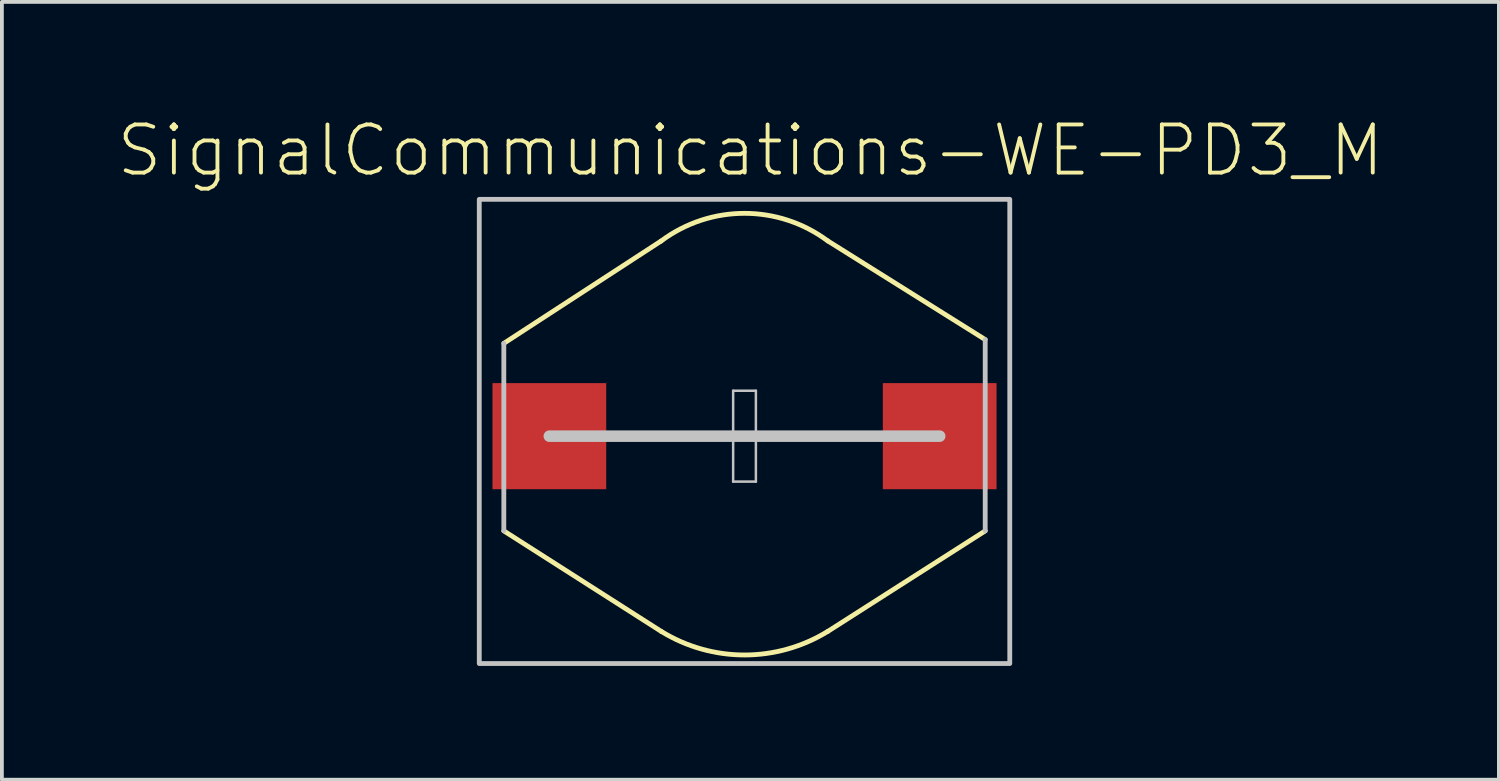
<source format=kicad_pcb>
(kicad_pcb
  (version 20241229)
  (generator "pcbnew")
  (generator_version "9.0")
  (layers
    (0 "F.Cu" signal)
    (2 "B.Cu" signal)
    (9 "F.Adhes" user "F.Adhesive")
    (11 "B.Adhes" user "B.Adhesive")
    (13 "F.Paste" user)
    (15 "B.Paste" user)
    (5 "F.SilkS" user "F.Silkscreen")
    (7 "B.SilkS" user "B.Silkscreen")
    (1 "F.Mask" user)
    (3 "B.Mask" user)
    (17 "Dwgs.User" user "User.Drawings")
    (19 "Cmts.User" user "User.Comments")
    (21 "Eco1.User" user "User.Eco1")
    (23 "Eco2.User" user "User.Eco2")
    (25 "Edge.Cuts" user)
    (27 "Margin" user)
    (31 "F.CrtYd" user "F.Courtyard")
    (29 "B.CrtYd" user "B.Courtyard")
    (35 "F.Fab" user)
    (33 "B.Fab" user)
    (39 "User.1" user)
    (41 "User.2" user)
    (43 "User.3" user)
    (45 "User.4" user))
  (footprint "SignalCommunications-WE-PD3_M"
    (layer "F.Cu")
    (at 16.592 8.457)
    (property "Reference" "SignalCommunications-WE-PD3_M" (at 0.155 -7.536 0) (layer "F.SilkS") (effects (font (size 1.27 1.27) (thickness 0.102))))
    (attr smd)
    (fp_line (start -6.35 -2.449) (end -2.2 -5.149) (stroke (width 0.127) (type solid)) (layer "F.SilkS"))
    (fp_line (start -6.35 2.499) (end -2.2 5.149) (stroke (width 0.127) (type solid)) (layer "F.SilkS"))
    (fp_line (start 6.35 -2.548) (end 2.2 -5.149) (stroke (width 0.127) (type solid)) (layer "F.SilkS"))
    (fp_line (start 6.35 2.499) (end 2.2 5.149) (stroke (width 0.127) (type solid)) (layer "F.SilkS"))
    (fp_arc (start -2.19964 -5.14858) (mid -0.001257 -5.878588) (end 2.197624 -5.150083) (stroke (width 0.127) (type solid)) (layer "F.SilkS"))
    (fp_arc (start 2.19964 5.14858) (mid 0.002552 5.772775) (end -2.195296 5.151258) (stroke (width 0.127) (type solid)) (layer "F.SilkS"))
    (fp_line (start -6.35 2.499) (end -6.35 -2.449) (stroke (width 0.127) (type solid)) (layer "Dwgs.User"))
    (fp_line (start -5.149 0) (end 5.149 0) (stroke (width 0.305) (type solid)) (layer "Dwgs.User"))
    (fp_line (start -0.3 -1.199) (end 0.3 -1.199) (stroke (width 0.066) (type solid)) (layer "Dwgs.User"))
    (fp_line (start -0.3 1.199) (end -0.3 -1.199) (stroke (width 0.066) (type solid)) (layer "Dwgs.User"))
    (fp_line (start -0.3 1.199) (end 0.3 1.199) (stroke (width 0.066) (type solid)) (layer "Dwgs.User"))
    (fp_line (start 0.3 1.199) (end 0.3 -1.199) (stroke (width 0.066) (type solid)) (layer "Dwgs.User"))
    (fp_line (start 6.35 2.499) (end 6.35 -2.548) (stroke (width 0.127) (type solid)) (layer "Dwgs.User"))
    (fp_poly (pts (xy -6.998 -6.248) (xy 6.998 -6.248) (xy 6.998 5.999) (xy -6.998 5.999) (xy -6.998 -6.248)) (stroke (width 0.127) (type solid)) (fill no) (layer "Dwgs.User"))
    (pad "1" smd rect (at -5.149 0 90) (size 2.799 3) (layers "F.Cu" "F.Mask" "F.Paste"))
    (pad "2" smd rect (at 5.149 0 90) (size 2.799 3) (layers "F.Cu" "F.Mask" "F.Paste")))
  (gr_rect
    (start -3 -3)
    (end 36.494 17.52)
    (stroke (width 0.1) (type default))
    (fill no)
    (layer "Edge.Cuts")))
</source>
